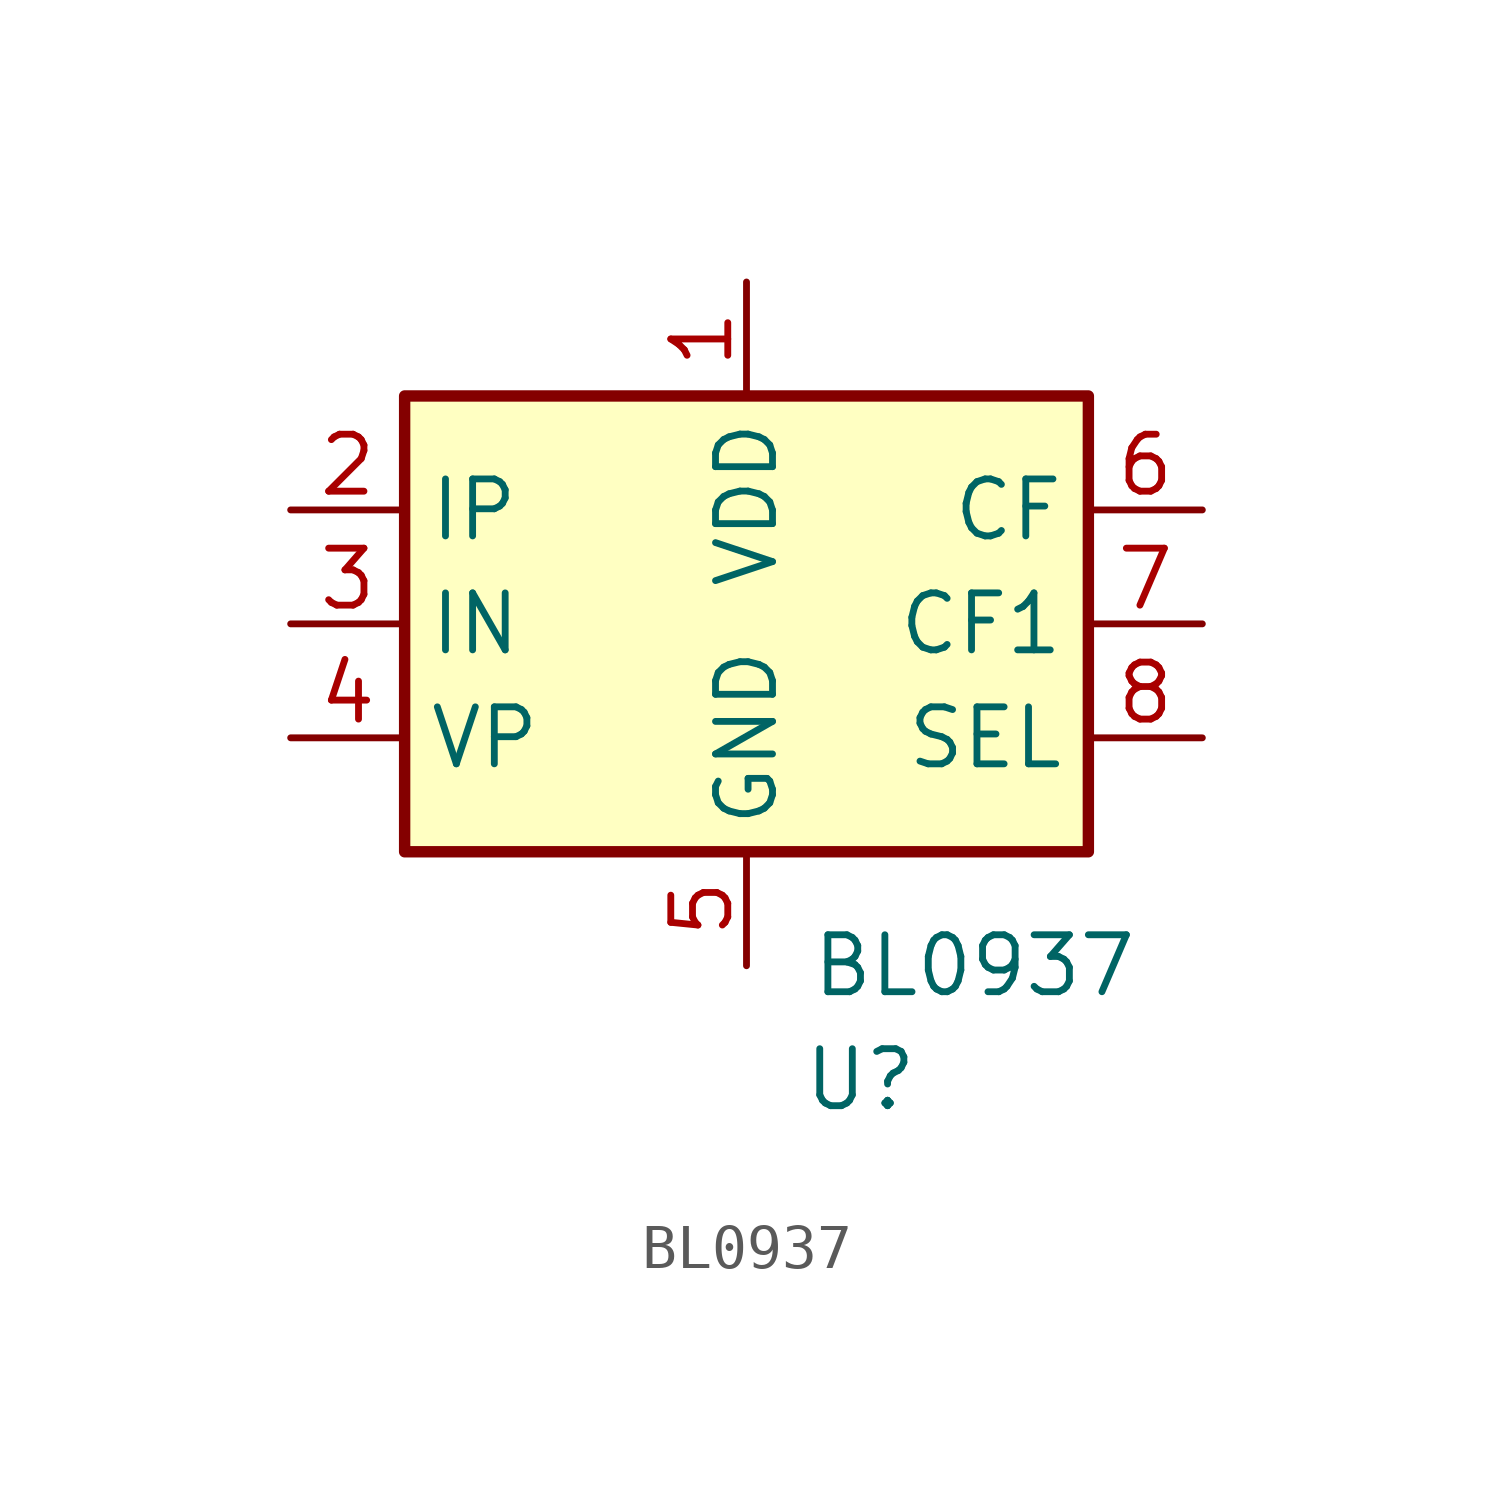
<source format=kicad_sym>
(kicad_symbol_lib
  (version 20201005)
  (generator kicad_symbol_editor)
  (symbol "BL0937"
    (property "Reference" "U"
      (at 2.54 -10.16 0)
      (effects (font (size 1.27 1.27))))
    (property "Value" "BL0937"
      (at 5.08 -7.62 0)
      (effects (font (size 1.27 1.27))))
    (symbol "BL0937_0_1"
      (rectangle (start -7.62 5.08) (end 7.62 -5.08) (stroke (width 0.254)) (fill (type background))))
    (symbol "BL0937_1_1"
      (pin power_in line (at 0 7.62 270) (length 2.54) (name "VDD" (effects (font (size 1.27 1.27)))) (number "1" (effects (font (size 1.27 1.27)))))
      (pin input line (at -10.16 2.54 0) (length 2.54) (name "IP" (effects (font (size 1.27 1.27)))) (number "2" (effects (font (size 1.27 1.27)))))
      (pin input line (at -10.16 0 0) (length 2.54) (name "IN" (effects (font (size 1.27 1.27)))) (number "3" (effects (font (size 1.27 1.27)))))
      (pin input line (at -10.16 -2.54 0) (length 2.54) (name "VP" (effects (font (size 1.27 1.27)))) (number "4" (effects (font (size 1.27 1.27)))))
      (pin power_in line (at 0 -7.62 90) (length 2.54) (name "GND" (effects (font (size 1.27 1.27)))) (number "5" (effects (font (size 1.27 1.27)))))
      (pin output line (at 10.16 2.54 180) (length 2.54) (name "CF" (effects (font (size 1.27 1.27)))) (number "6" (effects (font (size 1.27 1.27)))))
      (pin output line (at 10.16 0 180) (length 2.54) (name "CF1" (effects (font (size 1.27 1.27)))) (number "7" (effects (font (size 1.27 1.27)))))
      (pin input line (at 10.16 -2.54 180) (length 2.54) (name "SEL" (effects (font (size 1.27 1.27)))) (number "8" (effects (font (size 1.27 1.27))))))))
</source>
